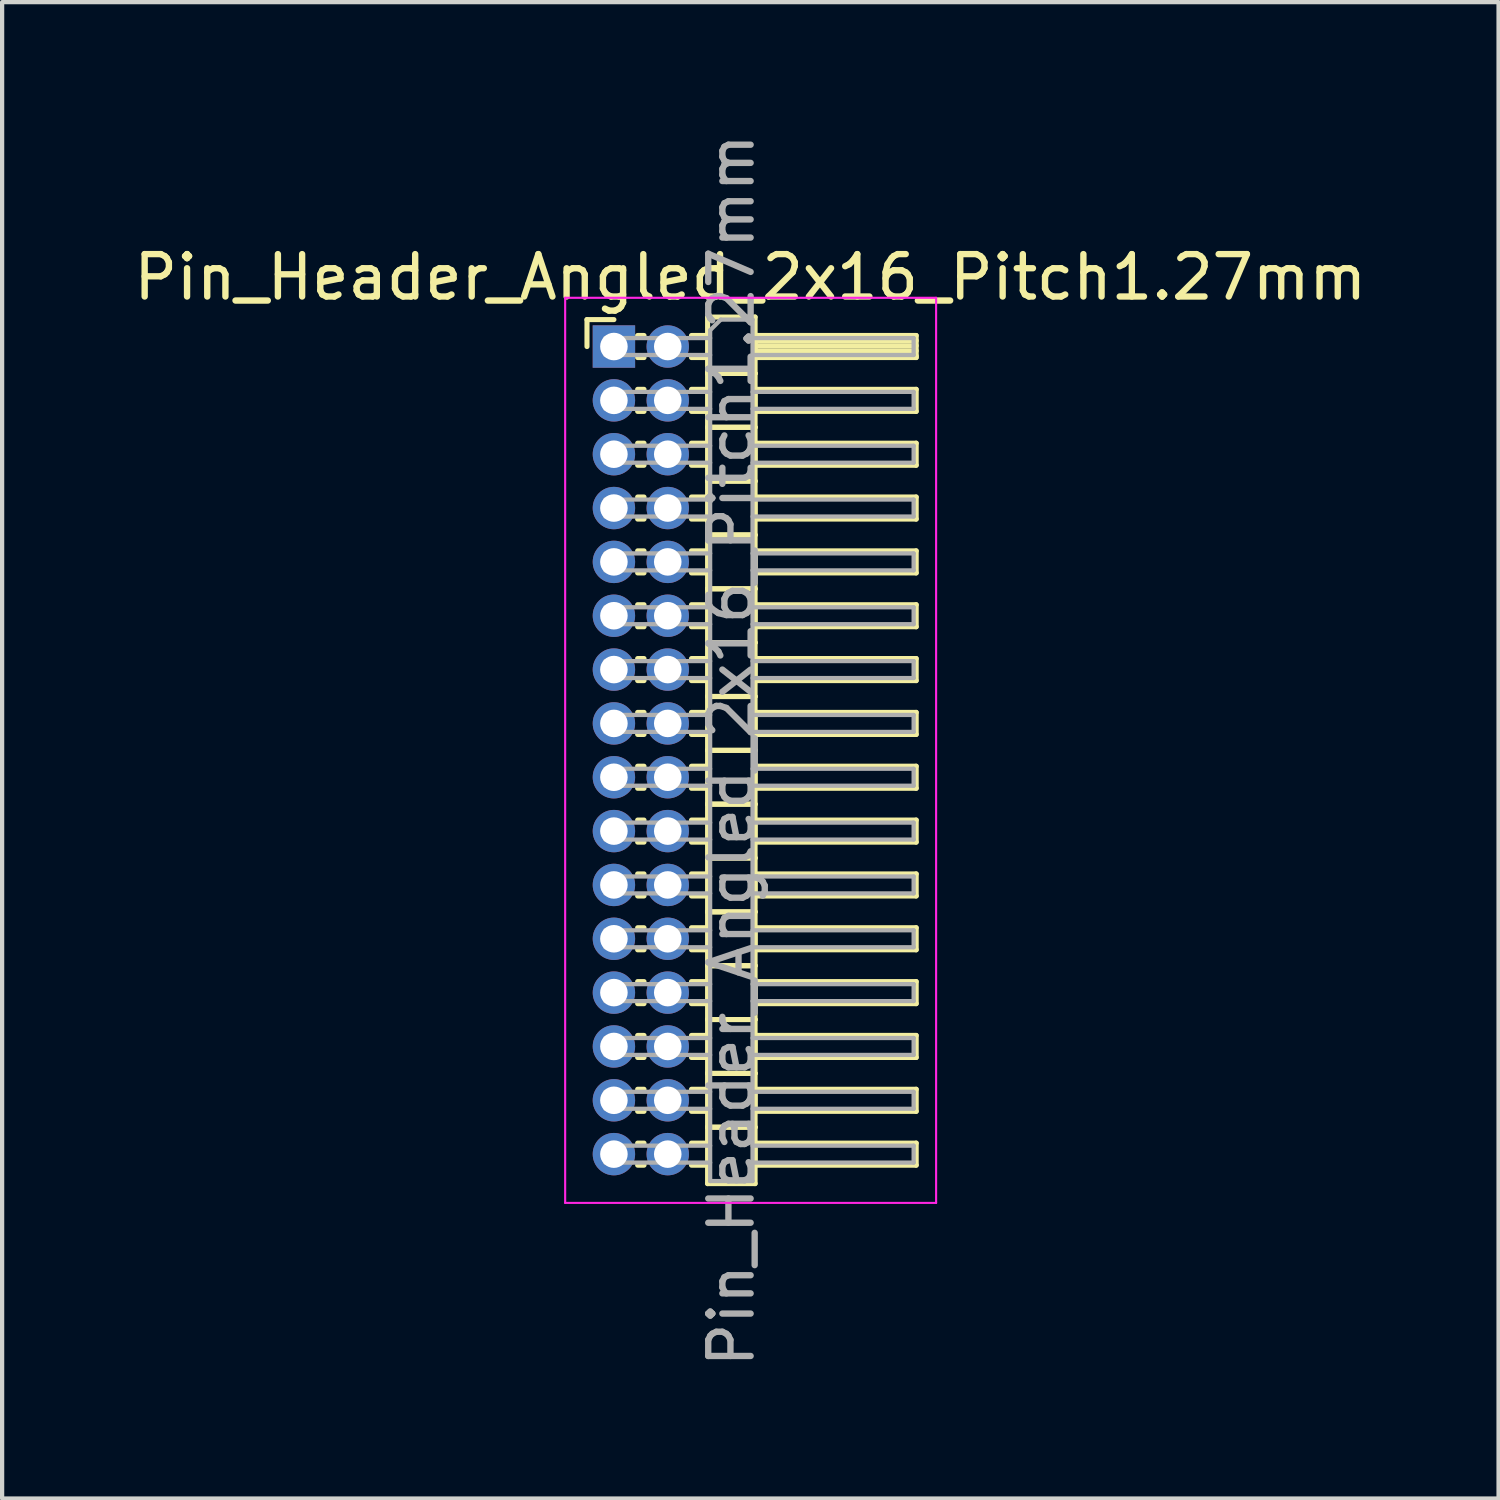
<source format=kicad_pcb>
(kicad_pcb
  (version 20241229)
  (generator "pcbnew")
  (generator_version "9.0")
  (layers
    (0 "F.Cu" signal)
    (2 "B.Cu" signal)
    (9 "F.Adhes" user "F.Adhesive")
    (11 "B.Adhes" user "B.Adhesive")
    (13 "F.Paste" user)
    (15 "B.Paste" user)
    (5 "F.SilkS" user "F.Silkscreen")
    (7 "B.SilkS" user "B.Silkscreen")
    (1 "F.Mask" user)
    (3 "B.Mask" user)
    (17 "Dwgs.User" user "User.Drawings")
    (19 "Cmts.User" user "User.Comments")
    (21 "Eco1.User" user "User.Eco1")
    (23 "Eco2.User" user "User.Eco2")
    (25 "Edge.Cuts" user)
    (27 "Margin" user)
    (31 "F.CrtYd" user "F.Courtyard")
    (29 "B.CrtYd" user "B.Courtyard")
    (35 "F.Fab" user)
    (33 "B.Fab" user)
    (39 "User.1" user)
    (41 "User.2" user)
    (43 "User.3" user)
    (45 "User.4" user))
  (footprint "Pin_Header_Angled_2x16_Pitch1.27mm"
    (layer "F.Cu")
    (at 11.431 5.124)
    (property "Reference" "Pin_Header_Angled_2x16_Pitch1.27mm" (at 3.217 -1.635 0) (layer "F.SilkS") (effects (font (size 1 1) (thickness 0.15))))
    (attr through_hole)
    (fp_line (start -0.635 -0.635) (end 0 -0.635) (stroke (width 0.12) (type solid)) (layer "F.SilkS"))
    (fp_line (start -0.635 0) (end -0.635 -0.635) (stroke (width 0.12) (type solid)) (layer "F.SilkS"))
    (fp_line (start 0.56 -0.26) (end 0.71 -0.26) (stroke (width 0.12) (type solid)) (layer "F.SilkS"))
    (fp_line (start 0.56 0.26) (end 0.71 0.26) (stroke (width 0.12) (type solid)) (layer "F.SilkS"))
    (fp_line (start 0.56 1.01) (end 0.71 1.01) (stroke (width 0.12) (type solid)) (layer "F.SilkS"))
    (fp_line (start 0.56 1.53) (end 0.71 1.53) (stroke (width 0.12) (type solid)) (layer "F.SilkS"))
    (fp_line (start 0.56 2.28) (end 0.71 2.28) (stroke (width 0.12) (type solid)) (layer "F.SilkS"))
    (fp_line (start 0.56 2.8) (end 0.71 2.8) (stroke (width 0.12) (type solid)) (layer "F.SilkS"))
    (fp_line (start 0.56 3.55) (end 0.71 3.55) (stroke (width 0.12) (type solid)) (layer "F.SilkS"))
    (fp_line (start 0.56 4.07) (end 0.71 4.07) (stroke (width 0.12) (type solid)) (layer "F.SilkS"))
    (fp_line (start 0.56 4.82) (end 0.71 4.82) (stroke (width 0.12) (type solid)) (layer "F.SilkS"))
    (fp_line (start 0.56 5.34) (end 0.71 5.34) (stroke (width 0.12) (type solid)) (layer "F.SilkS"))
    (fp_line (start 0.56 6.09) (end 0.71 6.09) (stroke (width 0.12) (type solid)) (layer "F.SilkS"))
    (fp_line (start 0.56 6.61) (end 0.71 6.61) (stroke (width 0.12) (type solid)) (layer "F.SilkS"))
    (fp_line (start 0.56 7.36) (end 0.71 7.36) (stroke (width 0.12) (type solid)) (layer "F.SilkS"))
    (fp_line (start 0.56 7.88) (end 0.71 7.88) (stroke (width 0.12) (type solid)) (layer "F.SilkS"))
    (fp_line (start 0.56 8.63) (end 0.71 8.63) (stroke (width 0.12) (type solid)) (layer "F.SilkS"))
    (fp_line (start 0.56 9.15) (end 0.71 9.15) (stroke (width 0.12) (type solid)) (layer "F.SilkS"))
    (fp_line (start 0.56 9.9) (end 0.71 9.9) (stroke (width 0.12) (type solid)) (layer "F.SilkS"))
    (fp_line (start 0.56 10.42) (end 0.71 10.42) (stroke (width 0.12) (type solid)) (layer "F.SilkS"))
    (fp_line (start 0.56 11.17) (end 0.71 11.17) (stroke (width 0.12) (type solid)) (layer "F.SilkS"))
    (fp_line (start 0.56 11.69) (end 0.71 11.69) (stroke (width 0.12) (type solid)) (layer "F.SilkS"))
    (fp_line (start 0.56 12.44) (end 0.71 12.44) (stroke (width 0.12) (type solid)) (layer "F.SilkS"))
    (fp_line (start 0.56 12.96) (end 0.71 12.96) (stroke (width 0.12) (type solid)) (layer "F.SilkS"))
    (fp_line (start 0.56 13.71) (end 0.71 13.71) (stroke (width 0.12) (type solid)) (layer "F.SilkS"))
    (fp_line (start 0.56 14.23) (end 0.71 14.23) (stroke (width 0.12) (type solid)) (layer "F.SilkS"))
    (fp_line (start 0.56 14.98) (end 0.71 14.98) (stroke (width 0.12) (type solid)) (layer "F.SilkS"))
    (fp_line (start 0.56 15.5) (end 0.71 15.5) (stroke (width 0.12) (type solid)) (layer "F.SilkS"))
    (fp_line (start 0.56 16.25) (end 0.71 16.25) (stroke (width 0.12) (type solid)) (layer "F.SilkS"))
    (fp_line (start 0.56 16.77) (end 0.71 16.77) (stroke (width 0.12) (type solid)) (layer "F.SilkS"))
    (fp_line (start 0.56 17.52) (end 0.71 17.52) (stroke (width 0.12) (type solid)) (layer "F.SilkS"))
    (fp_line (start 0.56 18.04) (end 0.71 18.04) (stroke (width 0.12) (type solid)) (layer "F.SilkS"))
    (fp_line (start 0.56 18.79) (end 0.71 18.79) (stroke (width 0.12) (type solid)) (layer "F.SilkS"))
    (fp_line (start 0.56 19.31) (end 0.71 19.31) (stroke (width 0.12) (type solid)) (layer "F.SilkS"))
    (fp_line (start 1.83 -0.26) (end 2.21 -0.26) (stroke (width 0.12) (type solid)) (layer "F.SilkS"))
    (fp_line (start 1.83 0.26) (end 2.21 0.26) (stroke (width 0.12) (type solid)) (layer "F.SilkS"))
    (fp_line (start 1.83 1.01) (end 2.21 1.01) (stroke (width 0.12) (type solid)) (layer "F.SilkS"))
    (fp_line (start 1.83 1.53) (end 2.21 1.53) (stroke (width 0.12) (type solid)) (layer "F.SilkS"))
    (fp_line (start 1.83 2.28) (end 2.21 2.28) (stroke (width 0.12) (type solid)) (layer "F.SilkS"))
    (fp_line (start 1.83 2.8) (end 2.21 2.8) (stroke (width 0.12) (type solid)) (layer "F.SilkS"))
    (fp_line (start 1.83 3.55) (end 2.21 3.55) (stroke (width 0.12) (type solid)) (layer "F.SilkS"))
    (fp_line (start 1.83 4.07) (end 2.21 4.07) (stroke (width 0.12) (type solid)) (layer "F.SilkS"))
    (fp_line (start 1.83 4.82) (end 2.21 4.82) (stroke (width 0.12) (type solid)) (layer "F.SilkS"))
    (fp_line (start 1.83 5.34) (end 2.21 5.34) (stroke (width 0.12) (type solid)) (layer "F.SilkS"))
    (fp_line (start 1.83 6.09) (end 2.21 6.09) (stroke (width 0.12) (type solid)) (layer "F.SilkS"))
    (fp_line (start 1.83 6.61) (end 2.21 6.61) (stroke (width 0.12) (type solid)) (layer "F.SilkS"))
    (fp_line (start 1.83 7.36) (end 2.21 7.36) (stroke (width 0.12) (type solid)) (layer "F.SilkS"))
    (fp_line (start 1.83 7.88) (end 2.21 7.88) (stroke (width 0.12) (type solid)) (layer "F.SilkS"))
    (fp_line (start 1.83 8.63) (end 2.21 8.63) (stroke (width 0.12) (type solid)) (layer "F.SilkS"))
    (fp_line (start 1.83 9.15) (end 2.21 9.15) (stroke (width 0.12) (type solid)) (layer "F.SilkS"))
    (fp_line (start 1.83 9.9) (end 2.21 9.9) (stroke (width 0.12) (type solid)) (layer "F.SilkS"))
    (fp_line (start 1.83 10.42) (end 2.21 10.42) (stroke (width 0.12) (type solid)) (layer "F.SilkS"))
    (fp_line (start 1.83 11.17) (end 2.21 11.17) (stroke (width 0.12) (type solid)) (layer "F.SilkS"))
    (fp_line (start 1.83 11.69) (end 2.21 11.69) (stroke (width 0.12) (type solid)) (layer "F.SilkS"))
    (fp_line (start 1.83 12.44) (end 2.21 12.44) (stroke (width 0.12) (type solid)) (layer "F.SilkS"))
    (fp_line (start 1.83 12.96) (end 2.21 12.96) (stroke (width 0.12) (type solid)) (layer "F.SilkS"))
    (fp_line (start 1.83 13.71) (end 2.21 13.71) (stroke (width 0.12) (type solid)) (layer "F.SilkS"))
    (fp_line (start 1.83 14.23) (end 2.21 14.23) (stroke (width 0.12) (type solid)) (layer "F.SilkS"))
    (fp_line (start 1.83 14.98) (end 2.21 14.98) (stroke (width 0.12) (type solid)) (layer "F.SilkS"))
    (fp_line (start 1.83 15.5) (end 2.21 15.5) (stroke (width 0.12) (type solid)) (layer "F.SilkS"))
    (fp_line (start 1.83 16.25) (end 2.21 16.25) (stroke (width 0.12) (type solid)) (layer "F.SilkS"))
    (fp_line (start 1.83 16.77) (end 2.21 16.77) (stroke (width 0.12) (type solid)) (layer "F.SilkS"))
    (fp_line (start 1.83 17.52) (end 2.21 17.52) (stroke (width 0.12) (type solid)) (layer "F.SilkS"))
    (fp_line (start 1.83 18.04) (end 2.21 18.04) (stroke (width 0.12) (type solid)) (layer "F.SilkS"))
    (fp_line (start 1.83 18.79) (end 2.21 18.79) (stroke (width 0.12) (type solid)) (layer "F.SilkS"))
    (fp_line (start 1.83 19.31) (end 2.21 19.31) (stroke (width 0.12) (type solid)) (layer "F.SilkS"))
    (fp_line (start 2.21 -0.695) (end 2.21 0.635) (stroke (width 0.12) (type solid)) (layer "F.SilkS"))
    (fp_line (start 2.21 0.635) (end 2.21 1.905) (stroke (width 0.12) (type solid)) (layer "F.SilkS"))
    (fp_line (start 2.21 0.635) (end 3.33 0.635) (stroke (width 0.12) (type solid)) (layer "F.SilkS"))
    (fp_line (start 2.21 1.905) (end 2.21 3.175) (stroke (width 0.12) (type solid)) (layer "F.SilkS"))
    (fp_line (start 2.21 1.905) (end 3.33 1.905) (stroke (width 0.12) (type solid)) (layer "F.SilkS"))
    (fp_line (start 2.21 3.175) (end 2.21 4.445) (stroke (width 0.12) (type solid)) (layer "F.SilkS"))
    (fp_line (start 2.21 3.175) (end 3.33 3.175) (stroke (width 0.12) (type solid)) (layer "F.SilkS"))
    (fp_line (start 2.21 4.445) (end 2.21 5.715) (stroke (width 0.12) (type solid)) (layer "F.SilkS"))
    (fp_line (start 2.21 4.445) (end 3.33 4.445) (stroke (width 0.12) (type solid)) (layer "F.SilkS"))
    (fp_line (start 2.21 5.715) (end 2.21 6.985) (stroke (width 0.12) (type solid)) (layer "F.SilkS"))
    (fp_line (start 2.21 5.715) (end 3.33 5.715) (stroke (width 0.12) (type solid)) (layer "F.SilkS"))
    (fp_line (start 2.21 6.985) (end 2.21 8.255) (stroke (width 0.12) (type solid)) (layer "F.SilkS"))
    (fp_line (start 2.21 6.985) (end 3.33 6.985) (stroke (width 0.12) (type solid)) (layer "F.SilkS"))
    (fp_line (start 2.21 8.255) (end 2.21 9.525) (stroke (width 0.12) (type solid)) (layer "F.SilkS"))
    (fp_line (start 2.21 8.255) (end 3.33 8.255) (stroke (width 0.12) (type solid)) (layer "F.SilkS"))
    (fp_line (start 2.21 9.525) (end 2.21 10.795) (stroke (width 0.12) (type solid)) (layer "F.SilkS"))
    (fp_line (start 2.21 9.525) (end 3.33 9.525) (stroke (width 0.12) (type solid)) (layer "F.SilkS"))
    (fp_line (start 2.21 10.795) (end 2.21 12.065) (stroke (width 0.12) (type solid)) (layer "F.SilkS"))
    (fp_line (start 2.21 10.795) (end 3.33 10.795) (stroke (width 0.12) (type solid)) (layer "F.SilkS"))
    (fp_line (start 2.21 12.065) (end 2.21 13.335) (stroke (width 0.12) (type solid)) (layer "F.SilkS"))
    (fp_line (start 2.21 12.065) (end 3.33 12.065) (stroke (width 0.12) (type solid)) (layer "F.SilkS"))
    (fp_line (start 2.21 13.335) (end 2.21 14.605) (stroke (width 0.12) (type solid)) (layer "F.SilkS"))
    (fp_line (start 2.21 13.335) (end 3.33 13.335) (stroke (width 0.12) (type solid)) (layer "F.SilkS"))
    (fp_line (start 2.21 14.605) (end 2.21 15.875) (stroke (width 0.12) (type solid)) (layer "F.SilkS"))
    (fp_line (start 2.21 14.605) (end 3.33 14.605) (stroke (width 0.12) (type solid)) (layer "F.SilkS"))
    (fp_line (start 2.21 15.875) (end 2.21 17.145) (stroke (width 0.12) (type solid)) (layer "F.SilkS"))
    (fp_line (start 2.21 15.875) (end 3.33 15.875) (stroke (width 0.12) (type solid)) (layer "F.SilkS"))
    (fp_line (start 2.21 17.145) (end 2.21 18.415) (stroke (width 0.12) (type solid)) (layer "F.SilkS"))
    (fp_line (start 2.21 17.145) (end 3.33 17.145) (stroke (width 0.12) (type solid)) (layer "F.SilkS"))
    (fp_line (start 2.21 18.415) (end 2.21 19.745) (stroke (width 0.12) (type solid)) (layer "F.SilkS"))
    (fp_line (start 2.21 18.415) (end 3.33 18.415) (stroke (width 0.12) (type solid)) (layer "F.SilkS"))
    (fp_line (start 2.21 19.745) (end 3.33 19.745) (stroke (width 0.12) (type solid)) (layer "F.SilkS"))
    (fp_line (start 3.33 -0.695) (end 2.21 -0.695) (stroke (width 0.12) (type solid)) (layer "F.SilkS"))
    (fp_line (start 3.33 -0.26) (end 3.33 0.26) (stroke (width 0.12) (type solid)) (layer "F.SilkS"))
    (fp_line (start 3.33 -0.14) (end 7.13 -0.14) (stroke (width 0.12) (type solid)) (layer "F.SilkS"))
    (fp_line (start 3.33 -0.02) (end 7.13 -0.02) (stroke (width 0.12) (type solid)) (layer "F.SilkS"))
    (fp_line (start 3.33 0.1) (end 7.13 0.1) (stroke (width 0.12) (type solid)) (layer "F.SilkS"))
    (fp_line (start 3.33 0.22) (end 7.13 0.22) (stroke (width 0.12) (type solid)) (layer "F.SilkS"))
    (fp_line (start 3.33 0.26) (end 7.13 0.26) (stroke (width 0.12) (type solid)) (layer "F.SilkS"))
    (fp_line (start 3.33 0.635) (end 2.21 0.635) (stroke (width 0.12) (type solid)) (layer "F.SilkS"))
    (fp_line (start 3.33 0.635) (end 3.33 -0.695) (stroke (width 0.12) (type solid)) (layer "F.SilkS"))
    (fp_line (start 3.33 1.01) (end 3.33 1.53) (stroke (width 0.12) (type solid)) (layer "F.SilkS"))
    (fp_line (start 3.33 1.53) (end 7.13 1.53) (stroke (width 0.12) (type solid)) (layer "F.SilkS"))
    (fp_line (start 3.33 1.905) (end 2.21 1.905) (stroke (width 0.12) (type solid)) (layer "F.SilkS"))
    (fp_line (start 3.33 1.905) (end 3.33 0.635) (stroke (width 0.12) (type solid)) (layer "F.SilkS"))
    (fp_line (start 3.33 2.28) (end 3.33 2.8) (stroke (width 0.12) (type solid)) (layer "F.SilkS"))
    (fp_line (start 3.33 2.8) (end 7.13 2.8) (stroke (width 0.12) (type solid)) (layer "F.SilkS"))
    (fp_line (start 3.33 3.175) (end 2.21 3.175) (stroke (width 0.12) (type solid)) (layer "F.SilkS"))
    (fp_line (start 3.33 3.175) (end 3.33 1.905) (stroke (width 0.12) (type solid)) (layer "F.SilkS"))
    (fp_line (start 3.33 3.55) (end 3.33 4.07) (stroke (width 0.12) (type solid)) (layer "F.SilkS"))
    (fp_line (start 3.33 4.07) (end 7.13 4.07) (stroke (width 0.12) (type solid)) (layer "F.SilkS"))
    (fp_line (start 3.33 4.445) (end 2.21 4.445) (stroke (width 0.12) (type solid)) (layer "F.SilkS"))
    (fp_line (start 3.33 4.445) (end 3.33 3.175) (stroke (width 0.12) (type solid)) (layer "F.SilkS"))
    (fp_line (start 3.33 4.82) (end 3.33 5.34) (stroke (width 0.12) (type solid)) (layer "F.SilkS"))
    (fp_line (start 3.33 5.34) (end 7.13 5.34) (stroke (width 0.12) (type solid)) (layer "F.SilkS"))
    (fp_line (start 3.33 5.715) (end 2.21 5.715) (stroke (width 0.12) (type solid)) (layer "F.SilkS"))
    (fp_line (start 3.33 5.715) (end 3.33 4.445) (stroke (width 0.12) (type solid)) (layer "F.SilkS"))
    (fp_line (start 3.33 6.09) (end 3.33 6.61) (stroke (width 0.12) (type solid)) (layer "F.SilkS"))
    (fp_line (start 3.33 6.61) (end 7.13 6.61) (stroke (width 0.12) (type solid)) (layer "F.SilkS"))
    (fp_line (start 3.33 6.985) (end 2.21 6.985) (stroke (width 0.12) (type solid)) (layer "F.SilkS"))
    (fp_line (start 3.33 6.985) (end 3.33 5.715) (stroke (width 0.12) (type solid)) (layer "F.SilkS"))
    (fp_line (start 3.33 7.36) (end 3.33 7.88) (stroke (width 0.12) (type solid)) (layer "F.SilkS"))
    (fp_line (start 3.33 7.88) (end 7.13 7.88) (stroke (width 0.12) (type solid)) (layer "F.SilkS"))
    (fp_line (start 3.33 8.255) (end 2.21 8.255) (stroke (width 0.12) (type solid)) (layer "F.SilkS"))
    (fp_line (start 3.33 8.255) (end 3.33 6.985) (stroke (width 0.12) (type solid)) (layer "F.SilkS"))
    (fp_line (start 3.33 8.63) (end 3.33 9.15) (stroke (width 0.12) (type solid)) (layer "F.SilkS"))
    (fp_line (start 3.33 9.15) (end 7.13 9.15) (stroke (width 0.12) (type solid)) (layer "F.SilkS"))
    (fp_line (start 3.33 9.525) (end 2.21 9.525) (stroke (width 0.12) (type solid)) (layer "F.SilkS"))
    (fp_line (start 3.33 9.525) (end 3.33 8.255) (stroke (width 0.12) (type solid)) (layer "F.SilkS"))
    (fp_line (start 3.33 9.9) (end 3.33 10.42) (stroke (width 0.12) (type solid)) (layer "F.SilkS"))
    (fp_line (start 3.33 10.42) (end 7.13 10.42) (stroke (width 0.12) (type solid)) (layer "F.SilkS"))
    (fp_line (start 3.33 10.795) (end 2.21 10.795) (stroke (width 0.12) (type solid)) (layer "F.SilkS"))
    (fp_line (start 3.33 10.795) (end 3.33 9.525) (stroke (width 0.12) (type solid)) (layer "F.SilkS"))
    (fp_line (start 3.33 11.17) (end 3.33 11.69) (stroke (width 0.12) (type solid)) (layer "F.SilkS"))
    (fp_line (start 3.33 11.69) (end 7.13 11.69) (stroke (width 0.12) (type solid)) (layer "F.SilkS"))
    (fp_line (start 3.33 12.065) (end 2.21 12.065) (stroke (width 0.12) (type solid)) (layer "F.SilkS"))
    (fp_line (start 3.33 12.065) (end 3.33 10.795) (stroke (width 0.12) (type solid)) (layer "F.SilkS"))
    (fp_line (start 3.33 12.44) (end 3.33 12.96) (stroke (width 0.12) (type solid)) (layer "F.SilkS"))
    (fp_line (start 3.33 12.96) (end 7.13 12.96) (stroke (width 0.12) (type solid)) (layer "F.SilkS"))
    (fp_line (start 3.33 13.335) (end 2.21 13.335) (stroke (width 0.12) (type solid)) (layer "F.SilkS"))
    (fp_line (start 3.33 13.335) (end 3.33 12.065) (stroke (width 0.12) (type solid)) (layer "F.SilkS"))
    (fp_line (start 3.33 13.71) (end 3.33 14.23) (stroke (width 0.12) (type solid)) (layer "F.SilkS"))
    (fp_line (start 3.33 14.23) (end 7.13 14.23) (stroke (width 0.12) (type solid)) (layer "F.SilkS"))
    (fp_line (start 3.33 14.605) (end 2.21 14.605) (stroke (width 0.12) (type solid)) (layer "F.SilkS"))
    (fp_line (start 3.33 14.605) (end 3.33 13.335) (stroke (width 0.12) (type solid)) (layer "F.SilkS"))
    (fp_line (start 3.33 14.98) (end 3.33 15.5) (stroke (width 0.12) (type solid)) (layer "F.SilkS"))
    (fp_line (start 3.33 15.5) (end 7.13 15.5) (stroke (width 0.12) (type solid)) (layer "F.SilkS"))
    (fp_line (start 3.33 15.875) (end 2.21 15.875) (stroke (width 0.12) (type solid)) (layer "F.SilkS"))
    (fp_line (start 3.33 15.875) (end 3.33 14.605) (stroke (width 0.12) (type solid)) (layer "F.SilkS"))
    (fp_line (start 3.33 16.25) (end 3.33 16.77) (stroke (width 0.12) (type solid)) (layer "F.SilkS"))
    (fp_line (start 3.33 16.77) (end 7.13 16.77) (stroke (width 0.12) (type solid)) (layer "F.SilkS"))
    (fp_line (start 3.33 17.145) (end 2.21 17.145) (stroke (width 0.12) (type solid)) (layer "F.SilkS"))
    (fp_line (start 3.33 17.145) (end 3.33 15.875) (stroke (width 0.12) (type solid)) (layer "F.SilkS"))
    (fp_line (start 3.33 17.52) (end 3.33 18.04) (stroke (width 0.12) (type solid)) (layer "F.SilkS"))
    (fp_line (start 3.33 18.04) (end 7.13 18.04) (stroke (width 0.12) (type solid)) (layer "F.SilkS"))
    (fp_line (start 3.33 18.415) (end 2.21 18.415) (stroke (width 0.12) (type solid)) (layer "F.SilkS"))
    (fp_line (start 3.33 18.415) (end 3.33 17.145) (stroke (width 0.12) (type solid)) (layer "F.SilkS"))
    (fp_line (start 3.33 18.79) (end 3.33 19.31) (stroke (width 0.12) (type solid)) (layer "F.SilkS"))
    (fp_line (start 3.33 19.31) (end 7.13 19.31) (stroke (width 0.12) (type solid)) (layer "F.SilkS"))
    (fp_line (start 3.33 19.745) (end 3.33 18.415) (stroke (width 0.12) (type solid)) (layer "F.SilkS"))
    (fp_line (start 7.13 -0.26) (end 3.33 -0.26) (stroke (width 0.12) (type solid)) (layer "F.SilkS"))
    (fp_line (start 7.13 0.26) (end 7.13 -0.26) (stroke (width 0.12) (type solid)) (layer "F.SilkS"))
    (fp_line (start 7.13 1.01) (end 3.33 1.01) (stroke (width 0.12) (type solid)) (layer "F.SilkS"))
    (fp_line (start 7.13 1.53) (end 7.13 1.01) (stroke (width 0.12) (type solid)) (layer "F.SilkS"))
    (fp_line (start 7.13 2.28) (end 3.33 2.28) (stroke (width 0.12) (type solid)) (layer "F.SilkS"))
    (fp_line (start 7.13 2.8) (end 7.13 2.28) (stroke (width 0.12) (type solid)) (layer "F.SilkS"))
    (fp_line (start 7.13 3.55) (end 3.33 3.55) (stroke (width 0.12) (type solid)) (layer "F.SilkS"))
    (fp_line (start 7.13 4.07) (end 7.13 3.55) (stroke (width 0.12) (type solid)) (layer "F.SilkS"))
    (fp_line (start 7.13 4.82) (end 3.33 4.82) (stroke (width 0.12) (type solid)) (layer "F.SilkS"))
    (fp_line (start 7.13 5.34) (end 7.13 4.82) (stroke (width 0.12) (type solid)) (layer "F.SilkS"))
    (fp_line (start 7.13 6.09) (end 3.33 6.09) (stroke (width 0.12) (type solid)) (layer "F.SilkS"))
    (fp_line (start 7.13 6.61) (end 7.13 6.09) (stroke (width 0.12) (type solid)) (layer "F.SilkS"))
    (fp_line (start 7.13 7.36) (end 3.33 7.36) (stroke (width 0.12) (type solid)) (layer "F.SilkS"))
    (fp_line (start 7.13 7.88) (end 7.13 7.36) (stroke (width 0.12) (type solid)) (layer "F.SilkS"))
    (fp_line (start 7.13 8.63) (end 3.33 8.63) (stroke (width 0.12) (type solid)) (layer "F.SilkS"))
    (fp_line (start 7.13 9.15) (end 7.13 8.63) (stroke (width 0.12) (type solid)) (layer "F.SilkS"))
    (fp_line (start 7.13 9.9) (end 3.33 9.9) (stroke (width 0.12) (type solid)) (layer "F.SilkS"))
    (fp_line (start 7.13 10.42) (end 7.13 9.9) (stroke (width 0.12) (type solid)) (layer "F.SilkS"))
    (fp_line (start 7.13 11.17) (end 3.33 11.17) (stroke (width 0.12) (type solid)) (layer "F.SilkS"))
    (fp_line (start 7.13 11.69) (end 7.13 11.17) (stroke (width 0.12) (type solid)) (layer "F.SilkS"))
    (fp_line (start 7.13 12.44) (end 3.33 12.44) (stroke (width 0.12) (type solid)) (layer "F.SilkS"))
    (fp_line (start 7.13 12.96) (end 7.13 12.44) (stroke (width 0.12) (type solid)) (layer "F.SilkS"))
    (fp_line (start 7.13 13.71) (end 3.33 13.71) (stroke (width 0.12) (type solid)) (layer "F.SilkS"))
    (fp_line (start 7.13 14.23) (end 7.13 13.71) (stroke (width 0.12) (type solid)) (layer "F.SilkS"))
    (fp_line (start 7.13 14.98) (end 3.33 14.98) (stroke (width 0.12) (type solid)) (layer "F.SilkS"))
    (fp_line (start 7.13 15.5) (end 7.13 14.98) (stroke (width 0.12) (type solid)) (layer "F.SilkS"))
    (fp_line (start 7.13 16.25) (end 3.33 16.25) (stroke (width 0.12) (type solid)) (layer "F.SilkS"))
    (fp_line (start 7.13 16.77) (end 7.13 16.25) (stroke (width 0.12) (type solid)) (layer "F.SilkS"))
    (fp_line (start 7.13 17.52) (end 3.33 17.52) (stroke (width 0.12) (type solid)) (layer "F.SilkS"))
    (fp_line (start 7.13 18.04) (end 7.13 17.52) (stroke (width 0.12) (type solid)) (layer "F.SilkS"))
    (fp_line (start 7.13 18.79) (end 3.33 18.79) (stroke (width 0.12) (type solid)) (layer "F.SilkS"))
    (fp_line (start 7.13 19.31) (end 7.13 18.79) (stroke (width 0.12) (type solid)) (layer "F.SilkS"))
    (fp_line (start -1.15 -1.15) (end -1.15 20.2) (stroke (width 0.05) (type solid)) (layer "F.CrtYd"))
    (fp_line (start -1.15 20.2) (end 7.6 20.2) (stroke (width 0.05) (type solid)) (layer "F.CrtYd"))
    (fp_line (start 7.6 -1.15) (end -1.15 -1.15) (stroke (width 0.05) (type solid)) (layer "F.CrtYd"))
    (fp_line (start 7.6 20.2) (end 7.6 -1.15) (stroke (width 0.05) (type solid)) (layer "F.CrtYd"))
    (fp_line (start -0.2 -0.2) (end -0.2 0.2) (stroke (width 0.1) (type solid)) (layer "F.Fab"))
    (fp_line (start -0.2 -0.2) (end 2.27 -0.2) (stroke (width 0.1) (type solid)) (layer "F.Fab"))
    (fp_line (start -0.2 0.2) (end 2.27 0.2) (stroke (width 0.1) (type solid)) (layer "F.Fab"))
    (fp_line (start -0.2 1.07) (end -0.2 1.47) (stroke (width 0.1) (type solid)) (layer "F.Fab"))
    (fp_line (start -0.2 1.07) (end 2.27 1.07) (stroke (width 0.1) (type solid)) (layer "F.Fab"))
    (fp_line (start -0.2 1.47) (end 2.27 1.47) (stroke (width 0.1) (type solid)) (layer "F.Fab"))
    (fp_line (start -0.2 2.34) (end -0.2 2.74) (stroke (width 0.1) (type solid)) (layer "F.Fab"))
    (fp_line (start -0.2 2.34) (end 2.27 2.34) (stroke (width 0.1) (type solid)) (layer "F.Fab"))
    (fp_line (start -0.2 2.74) (end 2.27 2.74) (stroke (width 0.1) (type solid)) (layer "F.Fab"))
    (fp_line (start -0.2 3.61) (end -0.2 4.01) (stroke (width 0.1) (type solid)) (layer "F.Fab"))
    (fp_line (start -0.2 3.61) (end 2.27 3.61) (stroke (width 0.1) (type solid)) (layer "F.Fab"))
    (fp_line (start -0.2 4.01) (end 2.27 4.01) (stroke (width 0.1) (type solid)) (layer "F.Fab"))
    (fp_line (start -0.2 4.88) (end -0.2 5.28) (stroke (width 0.1) (type solid)) (layer "F.Fab"))
    (fp_line (start -0.2 4.88) (end 2.27 4.88) (stroke (width 0.1) (type solid)) (layer "F.Fab"))
    (fp_line (start -0.2 5.28) (end 2.27 5.28) (stroke (width 0.1) (type solid)) (layer "F.Fab"))
    (fp_line (start -0.2 6.15) (end -0.2 6.55) (stroke (width 0.1) (type solid)) (layer "F.Fab"))
    (fp_line (start -0.2 6.15) (end 2.27 6.15) (stroke (width 0.1) (type solid)) (layer "F.Fab"))
    (fp_line (start -0.2 6.55) (end 2.27 6.55) (stroke (width 0.1) (type solid)) (layer "F.Fab"))
    (fp_line (start -0.2 7.42) (end -0.2 7.82) (stroke (width 0.1) (type solid)) (layer "F.Fab"))
    (fp_line (start -0.2 7.42) (end 2.27 7.42) (stroke (width 0.1) (type solid)) (layer "F.Fab"))
    (fp_line (start -0.2 7.82) (end 2.27 7.82) (stroke (width 0.1) (type solid)) (layer "F.Fab"))
    (fp_line (start -0.2 8.69) (end -0.2 9.09) (stroke (width 0.1) (type solid)) (layer "F.Fab"))
    (fp_line (start -0.2 8.69) (end 2.27 8.69) (stroke (width 0.1) (type solid)) (layer "F.Fab"))
    (fp_line (start -0.2 9.09) (end 2.27 9.09) (stroke (width 0.1) (type solid)) (layer "F.Fab"))
    (fp_line (start -0.2 9.96) (end -0.2 10.36) (stroke (width 0.1) (type solid)) (layer "F.Fab"))
    (fp_line (start -0.2 9.96) (end 2.27 9.96) (stroke (width 0.1) (type solid)) (layer "F.Fab"))
    (fp_line (start -0.2 10.36) (end 2.27 10.36) (stroke (width 0.1) (type solid)) (layer "F.Fab"))
    (fp_line (start -0.2 11.23) (end -0.2 11.63) (stroke (width 0.1) (type solid)) (layer "F.Fab"))
    (fp_line (start -0.2 11.23) (end 2.27 11.23) (stroke (width 0.1) (type solid)) (layer "F.Fab"))
    (fp_line (start -0.2 11.63) (end 2.27 11.63) (stroke (width 0.1) (type solid)) (layer "F.Fab"))
    (fp_line (start -0.2 12.5) (end -0.2 12.9) (stroke (width 0.1) (type solid)) (layer "F.Fab"))
    (fp_line (start -0.2 12.5) (end 2.27 12.5) (stroke (width 0.1) (type solid)) (layer "F.Fab"))
    (fp_line (start -0.2 12.9) (end 2.27 12.9) (stroke (width 0.1) (type solid)) (layer "F.Fab"))
    (fp_line (start -0.2 13.77) (end -0.2 14.17) (stroke (width 0.1) (type solid)) (layer "F.Fab"))
    (fp_line (start -0.2 13.77) (end 2.27 13.77) (stroke (width 0.1) (type solid)) (layer "F.Fab"))
    (fp_line (start -0.2 14.17) (end 2.27 14.17) (stroke (width 0.1) (type solid)) (layer "F.Fab"))
    (fp_line (start -0.2 15.04) (end -0.2 15.44) (stroke (width 0.1) (type solid)) (layer "F.Fab"))
    (fp_line (start -0.2 15.04) (end 2.27 15.04) (stroke (width 0.1) (type solid)) (layer "F.Fab"))
    (fp_line (start -0.2 15.44) (end 2.27 15.44) (stroke (width 0.1) (type solid)) (layer "F.Fab"))
    (fp_line (start -0.2 16.31) (end -0.2 16.71) (stroke (width 0.1) (type solid)) (layer "F.Fab"))
    (fp_line (start -0.2 16.31) (end 2.27 16.31) (stroke (width 0.1) (type solid)) (layer "F.Fab"))
    (fp_line (start -0.2 16.71) (end 2.27 16.71) (stroke (width 0.1) (type solid)) (layer "F.Fab"))
    (fp_line (start -0.2 17.58) (end -0.2 17.98) (stroke (width 0.1) (type solid)) (layer "F.Fab"))
    (fp_line (start -0.2 17.58) (end 2.27 17.58) (stroke (width 0.1) (type solid)) (layer "F.Fab"))
    (fp_line (start -0.2 17.98) (end 2.27 17.98) (stroke (width 0.1) (type solid)) (layer "F.Fab"))
    (fp_line (start -0.2 18.85) (end -0.2 19.25) (stroke (width 0.1) (type solid)) (layer "F.Fab"))
    (fp_line (start -0.2 18.85) (end 2.27 18.85) (stroke (width 0.1) (type solid)) (layer "F.Fab"))
    (fp_line (start -0.2 19.25) (end 2.27 19.25) (stroke (width 0.1) (type solid)) (layer "F.Fab"))
    (fp_line (start 2.27 -0.385) (end 2.52 -0.635) (stroke (width 0.1) (type solid)) (layer "F.Fab"))
    (fp_line (start 2.27 19.685) (end 2.27 -0.385) (stroke (width 0.1) (type solid)) (layer "F.Fab"))
    (fp_line (start 2.52 -0.635) (end 3.27 -0.635) (stroke (width 0.1) (type solid)) (layer "F.Fab"))
    (fp_line (start 3.27 -0.635) (end 3.27 19.685) (stroke (width 0.1) (type solid)) (layer "F.Fab"))
    (fp_line (start 3.27 -0.2) (end 7.07 -0.2) (stroke (width 0.1) (type solid)) (layer "F.Fab"))
    (fp_line (start 3.27 0.2) (end 7.07 0.2) (stroke (width 0.1) (type solid)) (layer "F.Fab"))
    (fp_line (start 3.27 1.07) (end 7.07 1.07) (stroke (width 0.1) (type solid)) (layer "F.Fab"))
    (fp_line (start 3.27 1.47) (end 7.07 1.47) (stroke (width 0.1) (type solid)) (layer "F.Fab"))
    (fp_line (start 3.27 2.34) (end 7.07 2.34) (stroke (width 0.1) (type solid)) (layer "F.Fab"))
    (fp_line (start 3.27 2.74) (end 7.07 2.74) (stroke (width 0.1) (type solid)) (layer "F.Fab"))
    (fp_line (start 3.27 3.61) (end 7.07 3.61) (stroke (width 0.1) (type solid)) (layer "F.Fab"))
    (fp_line (start 3.27 4.01) (end 7.07 4.01) (stroke (width 0.1) (type solid)) (layer "F.Fab"))
    (fp_line (start 3.27 4.88) (end 7.07 4.88) (stroke (width 0.1) (type solid)) (layer "F.Fab"))
    (fp_line (start 3.27 5.28) (end 7.07 5.28) (stroke (width 0.1) (type solid)) (layer "F.Fab"))
    (fp_line (start 3.27 6.15) (end 7.07 6.15) (stroke (width 0.1) (type solid)) (layer "F.Fab"))
    (fp_line (start 3.27 6.55) (end 7.07 6.55) (stroke (width 0.1) (type solid)) (layer "F.Fab"))
    (fp_line (start 3.27 7.42) (end 7.07 7.42) (stroke (width 0.1) (type solid)) (layer "F.Fab"))
    (fp_line (start 3.27 7.82) (end 7.07 7.82) (stroke (width 0.1) (type solid)) (layer "F.Fab"))
    (fp_line (start 3.27 8.69) (end 7.07 8.69) (stroke (width 0.1) (type solid)) (layer "F.Fab"))
    (fp_line (start 3.27 9.09) (end 7.07 9.09) (stroke (width 0.1) (type solid)) (layer "F.Fab"))
    (fp_line (start 3.27 9.96) (end 7.07 9.96) (stroke (width 0.1) (type solid)) (layer "F.Fab"))
    (fp_line (start 3.27 10.36) (end 7.07 10.36) (stroke (width 0.1) (type solid)) (layer "F.Fab"))
    (fp_line (start 3.27 11.23) (end 7.07 11.23) (stroke (width 0.1) (type solid)) (layer "F.Fab"))
    (fp_line (start 3.27 11.63) (end 7.07 11.63) (stroke (width 0.1) (type solid)) (layer "F.Fab"))
    (fp_line (start 3.27 12.5) (end 7.07 12.5) (stroke (width 0.1) (type solid)) (layer "F.Fab"))
    (fp_line (start 3.27 12.9) (end 7.07 12.9) (stroke (width 0.1) (type solid)) (layer "F.Fab"))
    (fp_line (start 3.27 13.77) (end 7.07 13.77) (stroke (width 0.1) (type solid)) (layer "F.Fab"))
    (fp_line (start 3.27 14.17) (end 7.07 14.17) (stroke (width 0.1) (type solid)) (layer "F.Fab"))
    (fp_line (start 3.27 15.04) (end 7.07 15.04) (stroke (width 0.1) (type solid)) (layer "F.Fab"))
    (fp_line (start 3.27 15.44) (end 7.07 15.44) (stroke (width 0.1) (type solid)) (layer "F.Fab"))
    (fp_line (start 3.27 16.31) (end 7.07 16.31) (stroke (width 0.1) (type solid)) (layer "F.Fab"))
    (fp_line (start 3.27 16.71) (end 7.07 16.71) (stroke (width 0.1) (type solid)) (layer "F.Fab"))
    (fp_line (start 3.27 17.58) (end 7.07 17.58) (stroke (width 0.1) (type solid)) (layer "F.Fab"))
    (fp_line (start 3.27 17.98) (end 7.07 17.98) (stroke (width 0.1) (type solid)) (layer "F.Fab"))
    (fp_line (start 3.27 18.85) (end 7.07 18.85) (stroke (width 0.1) (type solid)) (layer "F.Fab"))
    (fp_line (start 3.27 19.25) (end 7.07 19.25) (stroke (width 0.1) (type solid)) (layer "F.Fab"))
    (fp_line (start 3.27 19.685) (end 2.27 19.685) (stroke (width 0.1) (type solid)) (layer "F.Fab"))
    (fp_line (start 7.07 -0.2) (end 7.07 0.2) (stroke (width 0.1) (type solid)) (layer "F.Fab"))
    (fp_line (start 7.07 1.07) (end 7.07 1.47) (stroke (width 0.1) (type solid)) (layer "F.Fab"))
    (fp_line (start 7.07 2.34) (end 7.07 2.74) (stroke (width 0.1) (type solid)) (layer "F.Fab"))
    (fp_line (start 7.07 3.61) (end 7.07 4.01) (stroke (width 0.1) (type solid)) (layer "F.Fab"))
    (fp_line (start 7.07 4.88) (end 7.07 5.28) (stroke (width 0.1) (type solid)) (layer "F.Fab"))
    (fp_line (start 7.07 6.15) (end 7.07 6.55) (stroke (width 0.1) (type solid)) (layer "F.Fab"))
    (fp_line (start 7.07 7.42) (end 7.07 7.82) (stroke (width 0.1) (type solid)) (layer "F.Fab"))
    (fp_line (start 7.07 8.69) (end 7.07 9.09) (stroke (width 0.1) (type solid)) (layer "F.Fab"))
    (fp_line (start 7.07 9.96) (end 7.07 10.36) (stroke (width 0.1) (type solid)) (layer "F.Fab"))
    (fp_line (start 7.07 11.23) (end 7.07 11.63) (stroke (width 0.1) (type solid)) (layer "F.Fab"))
    (fp_line (start 7.07 12.5) (end 7.07 12.9) (stroke (width 0.1) (type solid)) (layer "F.Fab"))
    (fp_line (start 7.07 13.77) (end 7.07 14.17) (stroke (width 0.1) (type solid)) (layer "F.Fab"))
    (fp_line (start 7.07 15.04) (end 7.07 15.44) (stroke (width 0.1) (type solid)) (layer "F.Fab"))
    (fp_line (start 7.07 16.31) (end 7.07 16.71) (stroke (width 0.1) (type solid)) (layer "F.Fab"))
    (fp_line (start 7.07 17.58) (end 7.07 17.98) (stroke (width 0.1) (type solid)) (layer "F.Fab"))
    (fp_line (start 7.07 18.85) (end 7.07 19.25) (stroke (width 0.1) (type solid)) (layer "F.Fab"))
    (fp_text user "${REFERENCE}" (at 2.77 9.525 90) (layer "F.Fab") (effects (font (size 1 1) (thickness 0.15))))
    (pad "1" thru_hole rect (at 0 0) (size 1 1) (drill 0.65) (layers "*.Cu" "*.Mask"))
    (pad "2" thru_hole oval (at 1.27 0) (size 1 1) (drill 0.65) (layers "*.Cu" "*.Mask"))
    (pad "3" thru_hole oval (at 0 1.27) (size 1 1) (drill 0.65) (layers "*.Cu" "*.Mask"))
    (pad "4" thru_hole oval (at 1.27 1.27) (size 1 1) (drill 0.65) (layers "*.Cu" "*.Mask"))
    (pad "5" thru_hole oval (at 0 2.54) (size 1 1) (drill 0.65) (layers "*.Cu" "*.Mask"))
    (pad "6" thru_hole oval (at 1.27 2.54) (size 1 1) (drill 0.65) (layers "*.Cu" "*.Mask"))
    (pad "7" thru_hole oval (at 0 3.81) (size 1 1) (drill 0.65) (layers "*.Cu" "*.Mask"))
    (pad "8" thru_hole oval (at 1.27 3.81) (size 1 1) (drill 0.65) (layers "*.Cu" "*.Mask"))
    (pad "9" thru_hole oval (at 0 5.08) (size 1 1) (drill 0.65) (layers "*.Cu" "*.Mask"))
    (pad "10" thru_hole oval (at 1.27 5.08) (size 1 1) (drill 0.65) (layers "*.Cu" "*.Mask"))
    (pad "11" thru_hole oval (at 0 6.35) (size 1 1) (drill 0.65) (layers "*.Cu" "*.Mask"))
    (pad "12" thru_hole oval (at 1.27 6.35) (size 1 1) (drill 0.65) (layers "*.Cu" "*.Mask"))
    (pad "13" thru_hole oval (at 0 7.62) (size 1 1) (drill 0.65) (layers "*.Cu" "*.Mask"))
    (pad "14" thru_hole oval (at 1.27 7.62) (size 1 1) (drill 0.65) (layers "*.Cu" "*.Mask"))
    (pad "15" thru_hole oval (at 0 8.89) (size 1 1) (drill 0.65) (layers "*.Cu" "*.Mask"))
    (pad "16" thru_hole oval (at 1.27 8.89) (size 1 1) (drill 0.65) (layers "*.Cu" "*.Mask"))
    (pad "17" thru_hole oval (at 0 10.16) (size 1 1) (drill 0.65) (layers "*.Cu" "*.Mask"))
    (pad "18" thru_hole oval (at 1.27 10.16) (size 1 1) (drill 0.65) (layers "*.Cu" "*.Mask"))
    (pad "19" thru_hole oval (at 0 11.43) (size 1 1) (drill 0.65) (layers "*.Cu" "*.Mask"))
    (pad "20" thru_hole oval (at 1.27 11.43) (size 1 1) (drill 0.65) (layers "*.Cu" "*.Mask"))
    (pad "21" thru_hole oval (at 0 12.7) (size 1 1) (drill 0.65) (layers "*.Cu" "*.Mask"))
    (pad "22" thru_hole oval (at 1.27 12.7) (size 1 1) (drill 0.65) (layers "*.Cu" "*.Mask"))
    (pad "23" thru_hole oval (at 0 13.97) (size 1 1) (drill 0.65) (layers "*.Cu" "*.Mask"))
    (pad "24" thru_hole oval (at 1.27 13.97) (size 1 1) (drill 0.65) (layers "*.Cu" "*.Mask"))
    (pad "25" thru_hole oval (at 0 15.24) (size 1 1) (drill 0.65) (layers "*.Cu" "*.Mask"))
    (pad "26" thru_hole oval (at 1.27 15.24) (size 1 1) (drill 0.65) (layers "*.Cu" "*.Mask"))
    (pad "27" thru_hole oval (at 0 16.51) (size 1 1) (drill 0.65) (layers "*.Cu" "*.Mask"))
    (pad "28" thru_hole oval (at 1.27 16.51) (size 1 1) (drill 0.65) (layers "*.Cu" "*.Mask"))
    (pad "29" thru_hole oval (at 0 17.78) (size 1 1) (drill 0.65) (layers "*.Cu" "*.Mask"))
    (pad "30" thru_hole oval (at 1.27 17.78) (size 1 1) (drill 0.65) (layers "*.Cu" "*.Mask"))
    (pad "31" thru_hole oval (at 0 19.05) (size 1 1) (drill 0.65) (layers "*.Cu" "*.Mask"))
    (pad "32" thru_hole oval (at 1.27 19.05) (size 1 1) (drill 0.65) (layers "*.Cu" "*.Mask")))
  (gr_rect
    (start -3 -3)
    (end 32.298 32.298)
    (stroke (width 0.1) (type default))
    (fill no)
    (layer "Edge.Cuts")))
</source>
